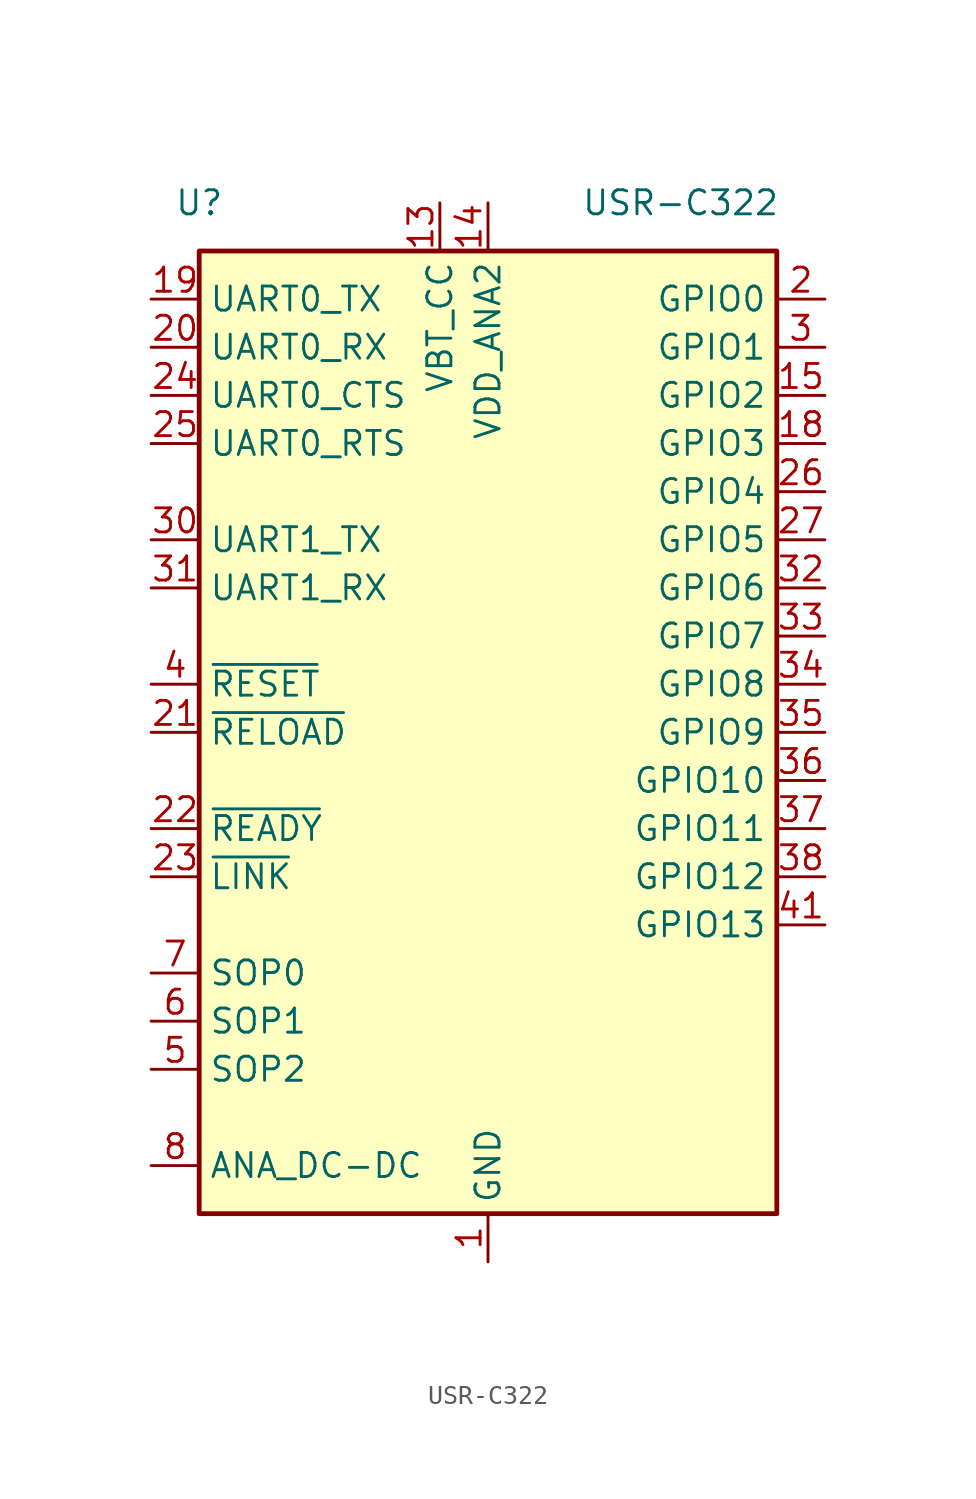
<source format=kicad_sym>
(kicad_symbol_lib
  (version 20231120)
  (generator "kicad_symbol_editor")
  (generator_version "8.0")
  (symbol "USR-C322"
    (property "Reference" "U"
      (at -15.24 27.94 0)
      (effects (font (size 1.27 1.27))))
    (property "Value" "USR-C322"
      (at 10.16 27.94 0)
      (effects (font (size 1.27 1.27))))
    (symbol "USR-C322_1_1"
      (rectangle (start -15.24 25.4) (end 15.24 -25.4) (stroke (width 0.254) (type default)) (fill (type background)))
      (pin power_in line (at 0 -27.94 90) (length 2.54) (name "GND" (effects (font (size 1.27 1.27)))) (number "1" (effects (font (size 1.27 1.27)))))
      (pin no_connect line (at 15.24 -15.24 180) (length 2.54) hide (name "NC" (effects (font (size 1.27 1.27)))) (number "10" (effects (font (size 1.27 1.27)))))
      (pin passive line (at 0 -27.94 90) (length 2.54) hide (name "GND" (effects (font (size 1.27 1.27)))) (number "11" (effects (font (size 1.27 1.27)))))
      (pin passive line (at 0 -27.94 90) (length 2.54) hide (name "GND" (effects (font (size 1.27 1.27)))) (number "12" (effects (font (size 1.27 1.27)))))
      (pin power_in line (at -2.54 27.94 270) (length 2.54) (name "VBT_CC" (effects (font (size 1.27 1.27)))) (number "13" (effects (font (size 1.27 1.27)))))
      (pin power_in line (at 0 27.94 270) (length 2.54) (name "VDD_ANA2" (effects (font (size 1.27 1.27)))) (number "14" (effects (font (size 1.27 1.27)))))
      (pin bidirectional line (at 17.78 17.78 180) (length 2.54) (name "GPIO2" (effects (font (size 1.27 1.27)))) (number "15" (effects (font (size 1.27 1.27)))))
      (pin no_connect line (at 15.24 -17.78 180) (length 2.54) hide (name "NC" (effects (font (size 1.27 1.27)))) (number "16" (effects (font (size 1.27 1.27)))))
      (pin passive line (at 0 -27.94 90) (length 2.54) hide (name "GND" (effects (font (size 1.27 1.27)))) (number "17" (effects (font (size 1.27 1.27)))))
      (pin bidirectional line (at 17.78 15.24 180) (length 2.54) (name "GPIO3" (effects (font (size 1.27 1.27)))) (number "18" (effects (font (size 1.27 1.27)))))
      (pin output line (at -17.78 22.86 0) (length 2.54) (name "UART0_TX" (effects (font (size 1.27 1.27)))) (number "19" (effects (font (size 1.27 1.27)))))
      (pin bidirectional line (at 17.78 22.86 180) (length 2.54) (name "GPIO0" (effects (font (size 1.27 1.27)))) (number "2" (effects (font (size 1.27 1.27)))))
      (pin input line (at -17.78 20.32 0) (length 2.54) (name "UART0_RX" (effects (font (size 1.27 1.27)))) (number "20" (effects (font (size 1.27 1.27)))))
      (pin input line (at -17.78 0 0) (length 2.54) (name "~{RELOAD}" (effects (font (size 1.27 1.27)))) (number "21" (effects (font (size 1.27 1.27)))))
      (pin open_collector line (at -17.78 -5.08 0) (length 2.54) (name "~{READY}" (effects (font (size 1.27 1.27)))) (number "22" (effects (font (size 1.27 1.27)))))
      (pin open_collector line (at -17.78 -7.62 0) (length 2.54) (name "~{LINK}" (effects (font (size 1.27 1.27)))) (number "23" (effects (font (size 1.27 1.27)))))
      (pin input line (at -17.78 17.78 0) (length 2.54) (name "UART0_CTS" (effects (font (size 1.27 1.27)))) (number "24" (effects (font (size 1.27 1.27)))))
      (pin output line (at -17.78 15.24 0) (length 2.54) (name "UART0_RTS" (effects (font (size 1.27 1.27)))) (number "25" (effects (font (size 1.27 1.27)))))
      (pin bidirectional line (at 17.78 12.7 180) (length 2.54) (name "GPIO4" (effects (font (size 1.27 1.27)))) (number "26" (effects (font (size 1.27 1.27)))))
      (pin bidirectional line (at 17.78 10.16 180) (length 2.54) (name "GPIO5" (effects (font (size 1.27 1.27)))) (number "27" (effects (font (size 1.27 1.27)))))
      (pin passive line (at 0 -27.94 90) (length 2.54) hide (name "GND" (effects (font (size 1.27 1.27)))) (number "28" (effects (font (size 1.27 1.27)))))
      (pin passive line (at 0 -27.94 90) (length 2.54) hide (name "GND" (effects (font (size 1.27 1.27)))) (number "29" (effects (font (size 1.27 1.27)))))
      (pin bidirectional line (at 17.78 20.32 180) (length 2.54) (name "GPIO1" (effects (font (size 1.27 1.27)))) (number "3" (effects (font (size 1.27 1.27)))))
      (pin output line (at -17.78 10.16 0) (length 2.54) (name "UART1_TX" (effects (font (size 1.27 1.27)))) (number "30" (effects (font (size 1.27 1.27)))))
      (pin input line (at -17.78 7.62 0) (length 2.54) (name "UART1_RX" (effects (font (size 1.27 1.27)))) (number "31" (effects (font (size 1.27 1.27)))))
      (pin bidirectional line (at 17.78 7.62 180) (length 2.54) (name "GPIO6" (effects (font (size 1.27 1.27)))) (number "32" (effects (font (size 1.27 1.27)))))
      (pin bidirectional line (at 17.78 5.08 180) (length 2.54) (name "GPIO7" (effects (font (size 1.27 1.27)))) (number "33" (effects (font (size 1.27 1.27)))))
      (pin bidirectional line (at 17.78 2.54 180) (length 2.54) (name "GPIO8" (effects (font (size 1.27 1.27)))) (number "34" (effects (font (size 1.27 1.27)))))
      (pin bidirectional line (at 17.78 0 180) (length 2.54) (name "GPIO9" (effects (font (size 1.27 1.27)))) (number "35" (effects (font (size 1.27 1.27)))))
      (pin bidirectional line (at 17.78 -2.54 180) (length 2.54) (name "GPIO10" (effects (font (size 1.27 1.27)))) (number "36" (effects (font (size 1.27 1.27)))))
      (pin bidirectional line (at 17.78 -5.08 180) (length 2.54) (name "GPIO11" (effects (font (size 1.27 1.27)))) (number "37" (effects (font (size 1.27 1.27)))))
      (pin bidirectional line (at 17.78 -7.62 180) (length 2.54) (name "GPIO12" (effects (font (size 1.27 1.27)))) (number "38" (effects (font (size 1.27 1.27)))))
      (pin no_connect line (at 15.24 -20.32 180) (length 2.54) hide (name "NC" (effects (font (size 1.27 1.27)))) (number "39" (effects (font (size 1.27 1.27)))))
      (pin input line (at -17.78 2.54 0) (length 2.54) (name "~{RESET}" (effects (font (size 1.27 1.27)))) (number "4" (effects (font (size 1.27 1.27)))))
      (pin no_connect line (at 15.24 -22.86 180) (length 2.54) hide (name "NC" (effects (font (size 1.27 1.27)))) (number "40" (effects (font (size 1.27 1.27)))))
      (pin bidirectional line (at 17.78 -10.16 180) (length 2.54) (name "GPIO13" (effects (font (size 1.27 1.27)))) (number "41" (effects (font (size 1.27 1.27)))))
      (pin no_connect line (at 7.62 -25.4 90) (length 2.54) hide (name "NC" (effects (font (size 1.27 1.27)))) (number "42" (effects (font (size 1.27 1.27)))))
      (pin no_connect line (at 5.08 -25.4 90) (length 2.54) hide (name "NC" (effects (font (size 1.27 1.27)))) (number "43" (effects (font (size 1.27 1.27)))))
      (pin passive line (at 0 -27.94 90) (length 2.54) hide (name "GND" (effects (font (size 1.27 1.27)))) (number "44" (effects (font (size 1.27 1.27)))))
      (pin passive line (at -17.78 -17.78 0) (length 2.54) (name "SOP2" (effects (font (size 1.27 1.27)))) (number "5" (effects (font (size 1.27 1.27)))))
      (pin passive line (at -17.78 -15.24 0) (length 2.54) (name "SOP1" (effects (font (size 1.27 1.27)))) (number "6" (effects (font (size 1.27 1.27)))))
      (pin passive line (at -17.78 -12.7 0) (length 2.54) (name "SOP0" (effects (font (size 1.27 1.27)))) (number "7" (effects (font (size 1.27 1.27)))))
      (pin passive line (at -17.78 -22.86 0) (length 2.54) (name "ANA_DC-DC" (effects (font (size 1.27 1.27)))) (number "8" (effects (font (size 1.27 1.27)))))
      (pin no_connect line (at 15.24 -12.7 180) (length 2.54) hide (name "NC" (effects (font (size 1.27 1.27)))) (number "9" (effects (font (size 1.27 1.27))))))))
</source>
